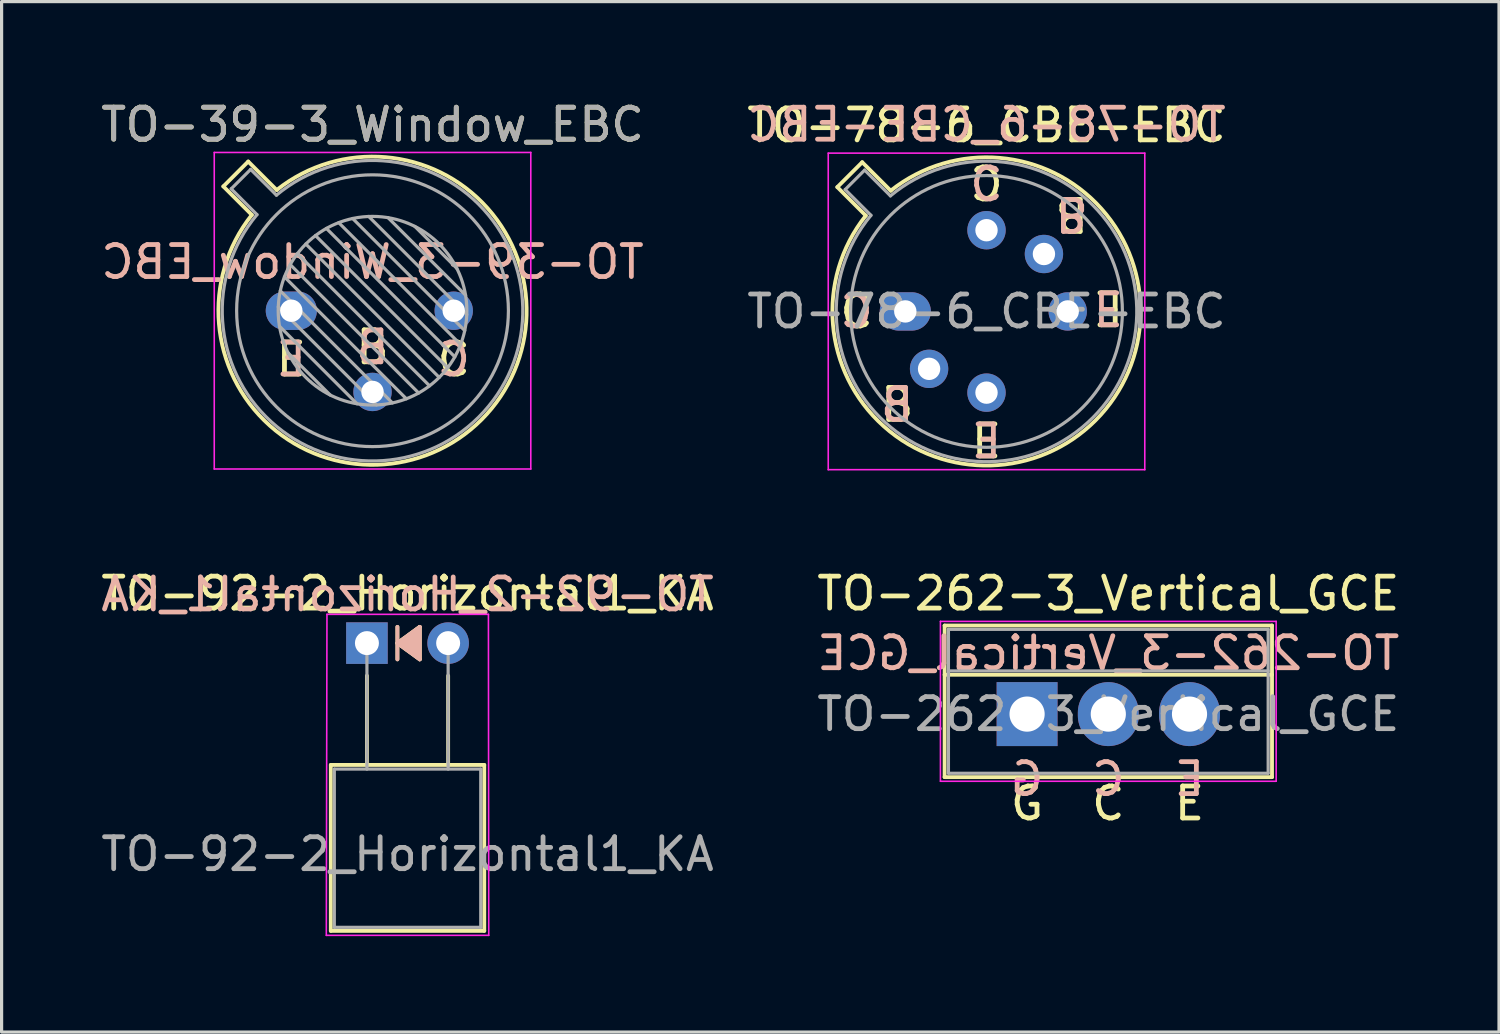
<source format=kicad_pcb>
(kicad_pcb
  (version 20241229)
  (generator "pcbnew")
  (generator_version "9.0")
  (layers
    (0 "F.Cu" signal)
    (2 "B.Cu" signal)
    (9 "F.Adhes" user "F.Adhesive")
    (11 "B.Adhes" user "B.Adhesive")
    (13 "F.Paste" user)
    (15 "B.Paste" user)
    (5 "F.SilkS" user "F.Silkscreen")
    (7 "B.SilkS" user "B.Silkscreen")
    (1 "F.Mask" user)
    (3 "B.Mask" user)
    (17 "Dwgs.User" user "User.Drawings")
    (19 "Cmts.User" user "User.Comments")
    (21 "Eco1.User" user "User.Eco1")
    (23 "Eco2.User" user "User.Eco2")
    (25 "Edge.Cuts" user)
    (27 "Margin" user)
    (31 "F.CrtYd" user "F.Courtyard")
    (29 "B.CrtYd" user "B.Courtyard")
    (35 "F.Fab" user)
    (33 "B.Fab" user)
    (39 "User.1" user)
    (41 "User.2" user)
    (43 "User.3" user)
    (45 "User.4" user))
  (footprint "TO-92-2_Horizontal1_KA"
    (layer "F.Cu")
    (at 8.426 17.064)
    (property "Reference" "TO-92-2_Horizontal1_KA" (at 1.27 -1.55 0) (layer "F.SilkS") (effects (font (size 1 1) (thickness 0.15))))
    (fp_line (start -1.13 3.81) (end 3.67 3.81) (stroke (width 0.12) (type solid)) (layer "F.SilkS"))
    (fp_line (start -1.13 9) (end -1.13 3.81) (stroke (width 0.12) (type solid)) (layer "F.SilkS"))
    (fp_line (start 0 1.02) (end 0 3.81) (stroke (width 0.12) (type solid)) (layer "F.SilkS"))
    (fp_line (start 0.953 -0.508) (end 0.953 0.508) (stroke (width 0.12) (type solid)) (layer "F.SilkS"))
    (fp_line (start 0.953 0) (end 1.651 -0.508) (stroke (width 0.12) (type solid)) (layer "F.SilkS"))
    (fp_line (start 1.651 -0.508) (end 1.651 0.508) (stroke (width 0.12) (type solid)) (layer "F.SilkS"))
    (fp_line (start 1.651 0.508) (end 0.953 0) (stroke (width 0.12) (type solid)) (layer "F.SilkS"))
    (fp_line (start 2.54 1.02) (end 2.54 3.81) (stroke (width 0.12) (type solid)) (layer "F.SilkS"))
    (fp_line (start 3.67 3.81) (end 3.67 9) (stroke (width 0.12) (type solid)) (layer "F.SilkS"))
    (fp_line (start 3.67 9) (end -1.13 9) (stroke (width 0.12) (type solid)) (layer "F.SilkS"))
    (fp_poly (pts (xy 1.651 0.508) (xy 0.953 0) (xy 1.651 -0.508)) (stroke (width 0.1) (type solid)) (fill yes) (layer "F.SilkS"))
    (fp_line (start 0.953 0) (end 1.651 0.508) (stroke (width 0.12) (type solid)) (layer "B.SilkS"))
    (fp_line (start 0.953 0.508) (end 0.953 -0.508) (stroke (width 0.12) (type solid)) (layer "B.SilkS"))
    (fp_line (start 1.651 -0.508) (end 0.953 0) (stroke (width 0.12) (type solid)) (layer "B.SilkS"))
    (fp_line (start 1.651 0.508) (end 1.651 -0.508) (stroke (width 0.12) (type solid)) (layer "B.SilkS"))
    (fp_poly (pts (xy 1.651 -0.508) (xy 0.953 0) (xy 1.651 0.508)) (stroke (width 0.1) (type solid)) (fill yes) (layer "B.SilkS"))
    (fp_line (start -1.25 -0.9) (end -1.27 9.14) (stroke (width 0.05) (type solid)) (layer "F.CrtYd"))
    (fp_line (start -1.25 -0.9) (end 3.8 -0.9) (stroke (width 0.05) (type solid)) (layer "F.CrtYd"))
    (fp_line (start 3.81 9.14) (end -1.27 9.14) (stroke (width 0.05) (type solid)) (layer "F.CrtYd"))
    (fp_line (start 3.81 9.14) (end 3.8 -0.9) (stroke (width 0.05) (type solid)) (layer "F.CrtYd"))
    (fp_line (start -1.02 3.94) (end 3.56 3.94) (stroke (width 0.1) (type solid)) (layer "F.Fab"))
    (fp_line (start -1.02 8.89) (end -1.02 3.94) (stroke (width 0.1) (type solid)) (layer "F.Fab"))
    (fp_line (start 0 3.94) (end 0 0) (stroke (width 0.1) (type solid)) (layer "F.Fab"))
    (fp_line (start 2.54 3.94) (end 2.54 0) (stroke (width 0.1) (type solid)) (layer "F.Fab"))
    (fp_line (start 3.56 3.94) (end 3.56 8.89) (stroke (width 0.1) (type solid)) (layer "F.Fab"))
    (fp_line (start 3.56 8.89) (end -1.02 8.89) (stroke (width 0.1) (type solid)) (layer "F.Fab"))
    (fp_text user "${REFERENCE}" (at 1.27 -1.524 0) (layer "B.SilkS") (effects (font (size 1 1) (thickness 0.15)) (justify mirror)))
    (fp_text user "${REFERENCE}" (at 1.27 6.6 0) (layer "F.Fab") (effects (font (size 1 1) (thickness 0.15))))
    (pad "1" thru_hole rect (at 0 0 90) (size 1.3 1.3) (drill 0.75) (layers "*.Cu" "*.Mask"))
    (pad "2" thru_hole circle (at 2.54 0 90) (size 1.3 1.3) (drill 0.75) (layers "*.Cu" "*.Mask")))
  (footprint "TO-262-3_Vertical_GCE"
    (layer "F.Cu")
    (at 29.073 19.284)
    (property "Reference" "TO-262-3_Vertical_GCE" (at 2.54 -3.77 0) (layer "F.SilkS") (effects (font (size 1 1) (thickness 0.15))))
    (fp_line (start -2.58 -2.77) (end -2.58 1.971) (stroke (width 0.12) (type solid)) (layer "F.SilkS"))
    (fp_line (start -2.58 -2.77) (end 7.66 -2.77) (stroke (width 0.12) (type solid)) (layer "F.SilkS"))
    (fp_line (start -2.58 -1.23) (end 7.66 -1.23) (stroke (width 0.12) (type solid)) (layer "F.SilkS"))
    (fp_line (start -2.58 1.971) (end 7.66 1.971) (stroke (width 0.12) (type solid)) (layer "F.SilkS"))
    (fp_line (start 7.66 -2.77) (end 7.66 1.971) (stroke (width 0.12) (type solid)) (layer "F.SilkS"))
    (fp_line (start -2.71 -2.9) (end -2.71 2.1) (stroke (width 0.05) (type solid)) (layer "F.CrtYd"))
    (fp_line (start -2.71 2.1) (end 7.79 2.1) (stroke (width 0.05) (type solid)) (layer "F.CrtYd"))
    (fp_line (start 7.79 -2.9) (end -2.71 -2.9) (stroke (width 0.05) (type solid)) (layer "F.CrtYd"))
    (fp_line (start 7.79 2.1) (end 7.79 -2.9) (stroke (width 0.05) (type solid)) (layer "F.CrtYd"))
    (fp_line (start -2.46 -2.65) (end -2.46 1.85) (stroke (width 0.1) (type solid)) (layer "F.Fab"))
    (fp_line (start -2.46 -1.35) (end 7.54 -1.35) (stroke (width 0.1) (type solid)) (layer "F.Fab"))
    (fp_line (start -2.46 1.85) (end 7.54 1.85) (stroke (width 0.1) (type solid)) (layer "F.Fab"))
    (fp_line (start 7.54 -2.65) (end -2.46 -2.65) (stroke (width 0.1) (type solid)) (layer "F.Fab"))
    (fp_line (start 7.54 1.85) (end 7.54 -2.65) (stroke (width 0.1) (type solid)) (layer "F.Fab"))
    (fp_text user "C" (at 2.54 2.794 0) (unlocked yes) (layer "F.SilkS") (effects (font (size 1 1) (thickness 0.15))))
    (fp_text user "G" (at 0 2.794 0) (unlocked yes) (layer "F.SilkS") (effects (font (size 1 1) (thickness 0.15))))
    (fp_text user "E" (at 5.08 2.794 0) (unlocked yes) (layer "F.SilkS") (effects (font (size 1 1) (thickness 0.15))))
    (fp_text user "E" (at 5.08 2.032 0) (unlocked yes) (layer "B.SilkS") (effects (font (size 1 1) (thickness 0.15)) (justify mirror)))
    (fp_text user "C" (at 2.54 2.032 0) (unlocked yes) (layer "B.SilkS") (effects (font (size 1 1) (thickness 0.15)) (justify mirror)))
    (fp_text user "G" (at 0 2.032 0) (unlocked yes) (layer "B.SilkS") (effects (font (size 1 1) (thickness 0.15)) (justify mirror)))
    (fp_text user "${REFERENCE}" (at 2.54 -1.905 0) (layer "B.SilkS") (effects (font (size 1 1) (thickness 0.15)) (justify mirror)))
    (fp_text user "${REFERENCE}" (at 2.54 0 0) (layer "F.Fab") (effects (font (size 1 1) (thickness 0.15))))
    (pad "1" thru_hole rect (at 0 0) (size 1.905 2) (drill 1.1) (layers "*.Cu" "*.Mask"))
    (pad "2" thru_hole oval (at 2.54 0) (size 1.905 2) (drill 1.1) (layers "*.Cu" "*.Mask"))
    (pad "3" thru_hole oval (at 5.08 0) (size 1.905 2) (drill 1.1) (layers "*.Cu" "*.Mask")))
  (footprint "TO-39-3_Window_EBC"
    (layer "F.Cu")
    (at 6.061 6.668)
    (property "Reference" "TO-39-3_Window_EBC" (at 2.54 -5.82 0) (layer "F.SilkS") (effects (font (size 1 1) (thickness 0.15))))
    (fp_line (start -2.126 -3.888) (end -1.235 -2.997) (stroke (width 0.12) (type solid)) (layer "F.SilkS"))
    (fp_line (start -1.348 -4.666) (end -2.126 -3.888) (stroke (width 0.12) (type solid)) (layer "F.SilkS"))
    (fp_line (start -0.457 -3.775) (end -1.348 -4.666) (stroke (width 0.12) (type solid)) (layer "F.SilkS"))
    (fp_arc (start -0.457084 -3.774902) (mid 5.948125 3.408384) (end -1.234674 -2.997371) (stroke (width 0.12) (type solid)) (layer "F.SilkS"))
    (fp_line (start -2.41 -4.95) (end -2.41 4.95) (stroke (width 0.05) (type solid)) (layer "F.CrtYd"))
    (fp_line (start -2.41 4.95) (end 7.49 4.95) (stroke (width 0.05) (type solid)) (layer "F.CrtYd"))
    (fp_line (start 7.49 -4.95) (end -2.41 -4.95) (stroke (width 0.05) (type solid)) (layer "F.CrtYd"))
    (fp_line (start 7.49 4.95) (end 7.49 -4.95) (stroke (width 0.05) (type solid)) (layer "F.CrtYd"))
    (fp_line (start -1.88 -3.812) (end -1.074 -3.005) (stroke (width 0.1) (type solid)) (layer "F.Fab"))
    (fp_line (start -1.272 -4.42) (end -1.88 -3.812) (stroke (width 0.1) (type solid)) (layer "F.Fab"))
    (fp_line (start -0.465 -3.614) (end -1.272 -4.42) (stroke (width 0.1) (type solid)) (layer "F.Fab"))
    (fp_line (start -0.408 -0.12) (end 2.66 2.948) (stroke (width 0.1) (type solid)) (layer "F.Fab"))
    (fp_line (start -0.371 0.485) (end 2.055 2.911) (stroke (width 0.1) (type solid)) (layer "F.Fab"))
    (fp_line (start -0.344 -0.622) (end 3.162 2.884) (stroke (width 0.1) (type solid)) (layer "F.Fab"))
    (fp_line (start -0.215 -1.058) (end 3.598 2.755) (stroke (width 0.1) (type solid)) (layer "F.Fab"))
    (fp_line (start -0.097 1.324) (end 1.216 2.637) (stroke (width 0.1) (type solid)) (layer "F.Fab"))
    (fp_line (start -0.034 -1.443) (end 3.983 2.574) (stroke (width 0.1) (type solid)) (layer "F.Fab"))
    (fp_line (start 0.19 -1.784) (end 4.324 2.35) (stroke (width 0.1) (type solid)) (layer "F.Fab"))
    (fp_line (start 0.454 -2.086) (end 4.626 2.086) (stroke (width 0.1) (type solid)) (layer "F.Fab"))
    (fp_line (start 0.756 -2.35) (end 4.89 1.784) (stroke (width 0.1) (type solid)) (layer "F.Fab"))
    (fp_line (start 1.097 -2.574) (end 5.114 1.443) (stroke (width 0.1) (type solid)) (layer "F.Fab"))
    (fp_line (start 1.482 -2.755) (end 5.295 1.058) (stroke (width 0.1) (type solid)) (layer "F.Fab"))
    (fp_line (start 1.918 -2.884) (end 5.424 0.622) (stroke (width 0.1) (type solid)) (layer "F.Fab"))
    (fp_line (start 2.42 -2.948) (end 5.488 0.12) (stroke (width 0.1) (type solid)) (layer "F.Fab"))
    (fp_line (start 3.025 -2.911) (end 5.451 -0.485) (stroke (width 0.1) (type solid)) (layer "F.Fab"))
    (fp_line (start 3.864 -2.637) (end 5.177 -1.324) (stroke (width 0.1) (type solid)) (layer "F.Fab"))
    (fp_arc (start -0.465408 -3.61352) (mid 5.863443 3.323361) (end -1.073594 -3.005319) (stroke (width 0.1) (type solid)) (layer "F.Fab"))
    (fp_circle (center 2.54 0) (end 5.49 0) (stroke (width 0.1) (type solid)) (fill no) (layer "F.Fab"))
    (fp_circle (center 2.54 0) (end 6.79 0) (stroke (width 0.1) (type solid)) (fill no) (layer "F.Fab"))
    (fp_text user "E" (at 0 1.524 0) (unlocked yes) (layer "F.SilkS") (effects (font (size 1 1) (thickness 0.15))))
    (fp_text user "B" (at 2.54 1.143 0) (unlocked yes) (layer "F.SilkS") (effects (font (size 1 1) (thickness 0.15))))
    (fp_text user "C" (at 5.08 1.524 0) (unlocked yes) (layer "F.SilkS") (effects (font (size 1 1) (thickness 0.15))))
    (fp_text user "C" (at 5.08 1.524 0) (unlocked yes) (layer "B.SilkS") (effects (font (size 1 1) (thickness 0.15)) (justify mirror)))
    (fp_text user "${REFERENCE}" (at 2.54 -1.524 0) (layer "B.SilkS") (effects (font (size 1 1) (thickness 0.15)) (justify mirror)))
    (fp_text user "B" (at 2.54 1.143 0) (unlocked yes) (layer "B.SilkS") (effects (font (size 1 1) (thickness 0.15)) (justify mirror)))
    (fp_text user "E" (at 0 1.524 0) (unlocked yes) (layer "B.SilkS") (effects (font (size 1 1) (thickness 0.15)) (justify mirror)))
    (fp_text user "${REFERENCE}" (at 2.54 -5.82 0) (layer "F.Fab") (effects (font (size 1 1) (thickness 0.15))))
    (pad "1" thru_hole oval (at 0 0) (size 1.6 1.2) (drill 0.7) (layers "*.Cu" "*.Mask"))
    (pad "2" thru_hole oval (at 2.54 2.54) (size 1.2 1.2) (drill 0.7) (layers "*.Cu" "*.Mask"))
    (pad "3" thru_hole oval (at 5.08 0) (size 1.2 1.2) (drill 0.7) (layers "*.Cu" "*.Mask")))
  (footprint "TO-78-6_CBE-EBC"
    (layer "F.Cu")
    (at 25.264 6.69)
    (property "Reference" "TO-78-6_CBE-EBC" (at 2.54 -5.82 0) (layer "F.SilkS") (effects (font (size 1 1) (thickness 0.15))))
    (fp_line (start -2.126 -3.888) (end -1.235 -2.997) (stroke (width 0.12) (type solid)) (layer "F.SilkS"))
    (fp_line (start -1.348 -4.666) (end -2.126 -3.888) (stroke (width 0.12) (type solid)) (layer "F.SilkS"))
    (fp_line (start -0.457 -3.775) (end -1.348 -4.666) (stroke (width 0.12) (type solid)) (layer "F.SilkS"))
    (fp_arc (start -0.457084 -3.774902) (mid 5.948125 3.408384) (end -1.234674 -2.997371) (stroke (width 0.12) (type solid)) (layer "F.SilkS"))
    (fp_line (start -2.41 -4.95) (end -2.41 4.95) (stroke (width 0.05) (type solid)) (layer "F.CrtYd"))
    (fp_line (start -2.41 4.95) (end 7.49 4.95) (stroke (width 0.05) (type solid)) (layer "F.CrtYd"))
    (fp_line (start 7.49 -4.95) (end -2.41 -4.95) (stroke (width 0.05) (type solid)) (layer "F.CrtYd"))
    (fp_line (start 7.49 4.95) (end 7.49 -4.95) (stroke (width 0.05) (type solid)) (layer "F.CrtYd"))
    (fp_line (start -1.88 -3.812) (end -1.074 -3.005) (stroke (width 0.1) (type solid)) (layer "F.Fab"))
    (fp_line (start -1.272 -4.42) (end -1.88 -3.812) (stroke (width 0.1) (type solid)) (layer "F.Fab"))
    (fp_line (start -0.465 -3.614) (end -1.272 -4.42) (stroke (width 0.1) (type solid)) (layer "F.Fab"))
    (fp_arc (start -0.465408 -3.61352) (mid 5.863443 3.323361) (end -1.073594 -3.005319) (stroke (width 0.1) (type solid)) (layer "F.Fab"))
    (fp_circle (center 2.54 0) (end 6.79 0) (stroke (width 0.1) (type solid)) (fill no) (layer "F.Fab"))
    (fp_text user "B" (at 5.207 -3.048 180) (unlocked yes) (layer "F.SilkS") (effects (font (size 1 1) (thickness 0.15))))
    (fp_text user "E" (at 2.54 4.064 0) (unlocked yes) (layer "F.SilkS") (effects (font (size 1 1) (thickness 0.15))))
    (fp_text user "B" (at -0.254 2.921 0) (unlocked yes) (layer "F.SilkS") (effects (font (size 1 1) (thickness 0.15))))
    (fp_text user "C" (at -1.524 0 0) (unlocked yes) (layer "F.SilkS") (effects (font (size 1 1) (thickness 0.15))))
    (fp_text user "C" (at 2.54 -4.064 180) (unlocked yes) (layer "F.SilkS") (effects (font (size 1 1) (thickness 0.15))))
    (fp_text user "E" (at 6.35 -0.127 180) (unlocked yes) (layer "F.SilkS") (effects (font (size 1 1) (thickness 0.15))))
    (fp_text user "B" (at 5.207 -3.048 180) (unlocked yes) (layer "B.SilkS") (effects (font (size 1 1) (thickness 0.15)) (justify mirror)))
    (fp_text user "C" (at 2.54 -4.064 180) (unlocked yes) (layer "B.SilkS") (effects (font (size 1 1) (thickness 0.15)) (justify mirror)))
    (fp_text user "B" (at -0.254 2.921 0) (unlocked yes) (layer "B.SilkS") (effects (font (size 1 1) (thickness 0.15)) (justify mirror)))
    (fp_text user "C" (at -1.524 0 0) (unlocked yes) (layer "B.SilkS") (effects (font (size 1 1) (thickness 0.15)) (justify mirror)))
    (fp_text user "${REFERENCE}" (at 2.54 -5.842 0) (layer "B.SilkS") (effects (font (size 1 1) (thickness 0.15)) (justify mirror)))
    (fp_text user "E" (at 6.35 -0.127 180) (unlocked yes) (layer "B.SilkS") (effects (font (size 1 1) (thickness 0.15)) (justify mirror)))
    (fp_text user "E" (at 2.54 4.064 0) (unlocked yes) (layer "B.SilkS") (effects (font (size 1 1) (thickness 0.15)) (justify mirror)))
    (fp_text user "${REFERENCE}" (at 2.54 0 0) (layer "F.Fab") (effects (font (size 1 1) (thickness 0.15))))
    (pad "1" thru_hole oval (at 0 0) (size 1.6 1.2) (drill 0.7) (layers "*.Cu" "*.Mask"))
    (pad "2" thru_hole oval (at 0.744 1.796) (size 1.2 1.2) (drill 0.7) (layers "*.Cu" "*.Mask"))
    (pad "3" thru_hole oval (at 2.54 2.54) (size 1.2 1.2) (drill 0.7) (layers "*.Cu" "*.Mask"))
    (pad "4" thru_hole oval (at 5.08 0) (size 1.2 1.2) (drill 0.7) (layers "*.Cu" "*.Mask"))
    (pad "5" thru_hole oval (at 4.336 -1.796) (size 1.2 1.2) (drill 0.7) (layers "*.Cu" "*.Mask"))
    (pad "6" thru_hole oval (at 2.54 -2.54) (size 1.2 1.2) (drill 0.7) (layers "*.Cu" "*.Mask")))
  (gr_rect
    (start -3 -3)
    (end 43.833 29.229)
    (stroke (width 0.1) (type default))
    (fill no)
    (layer "Edge.Cuts")))
</source>
